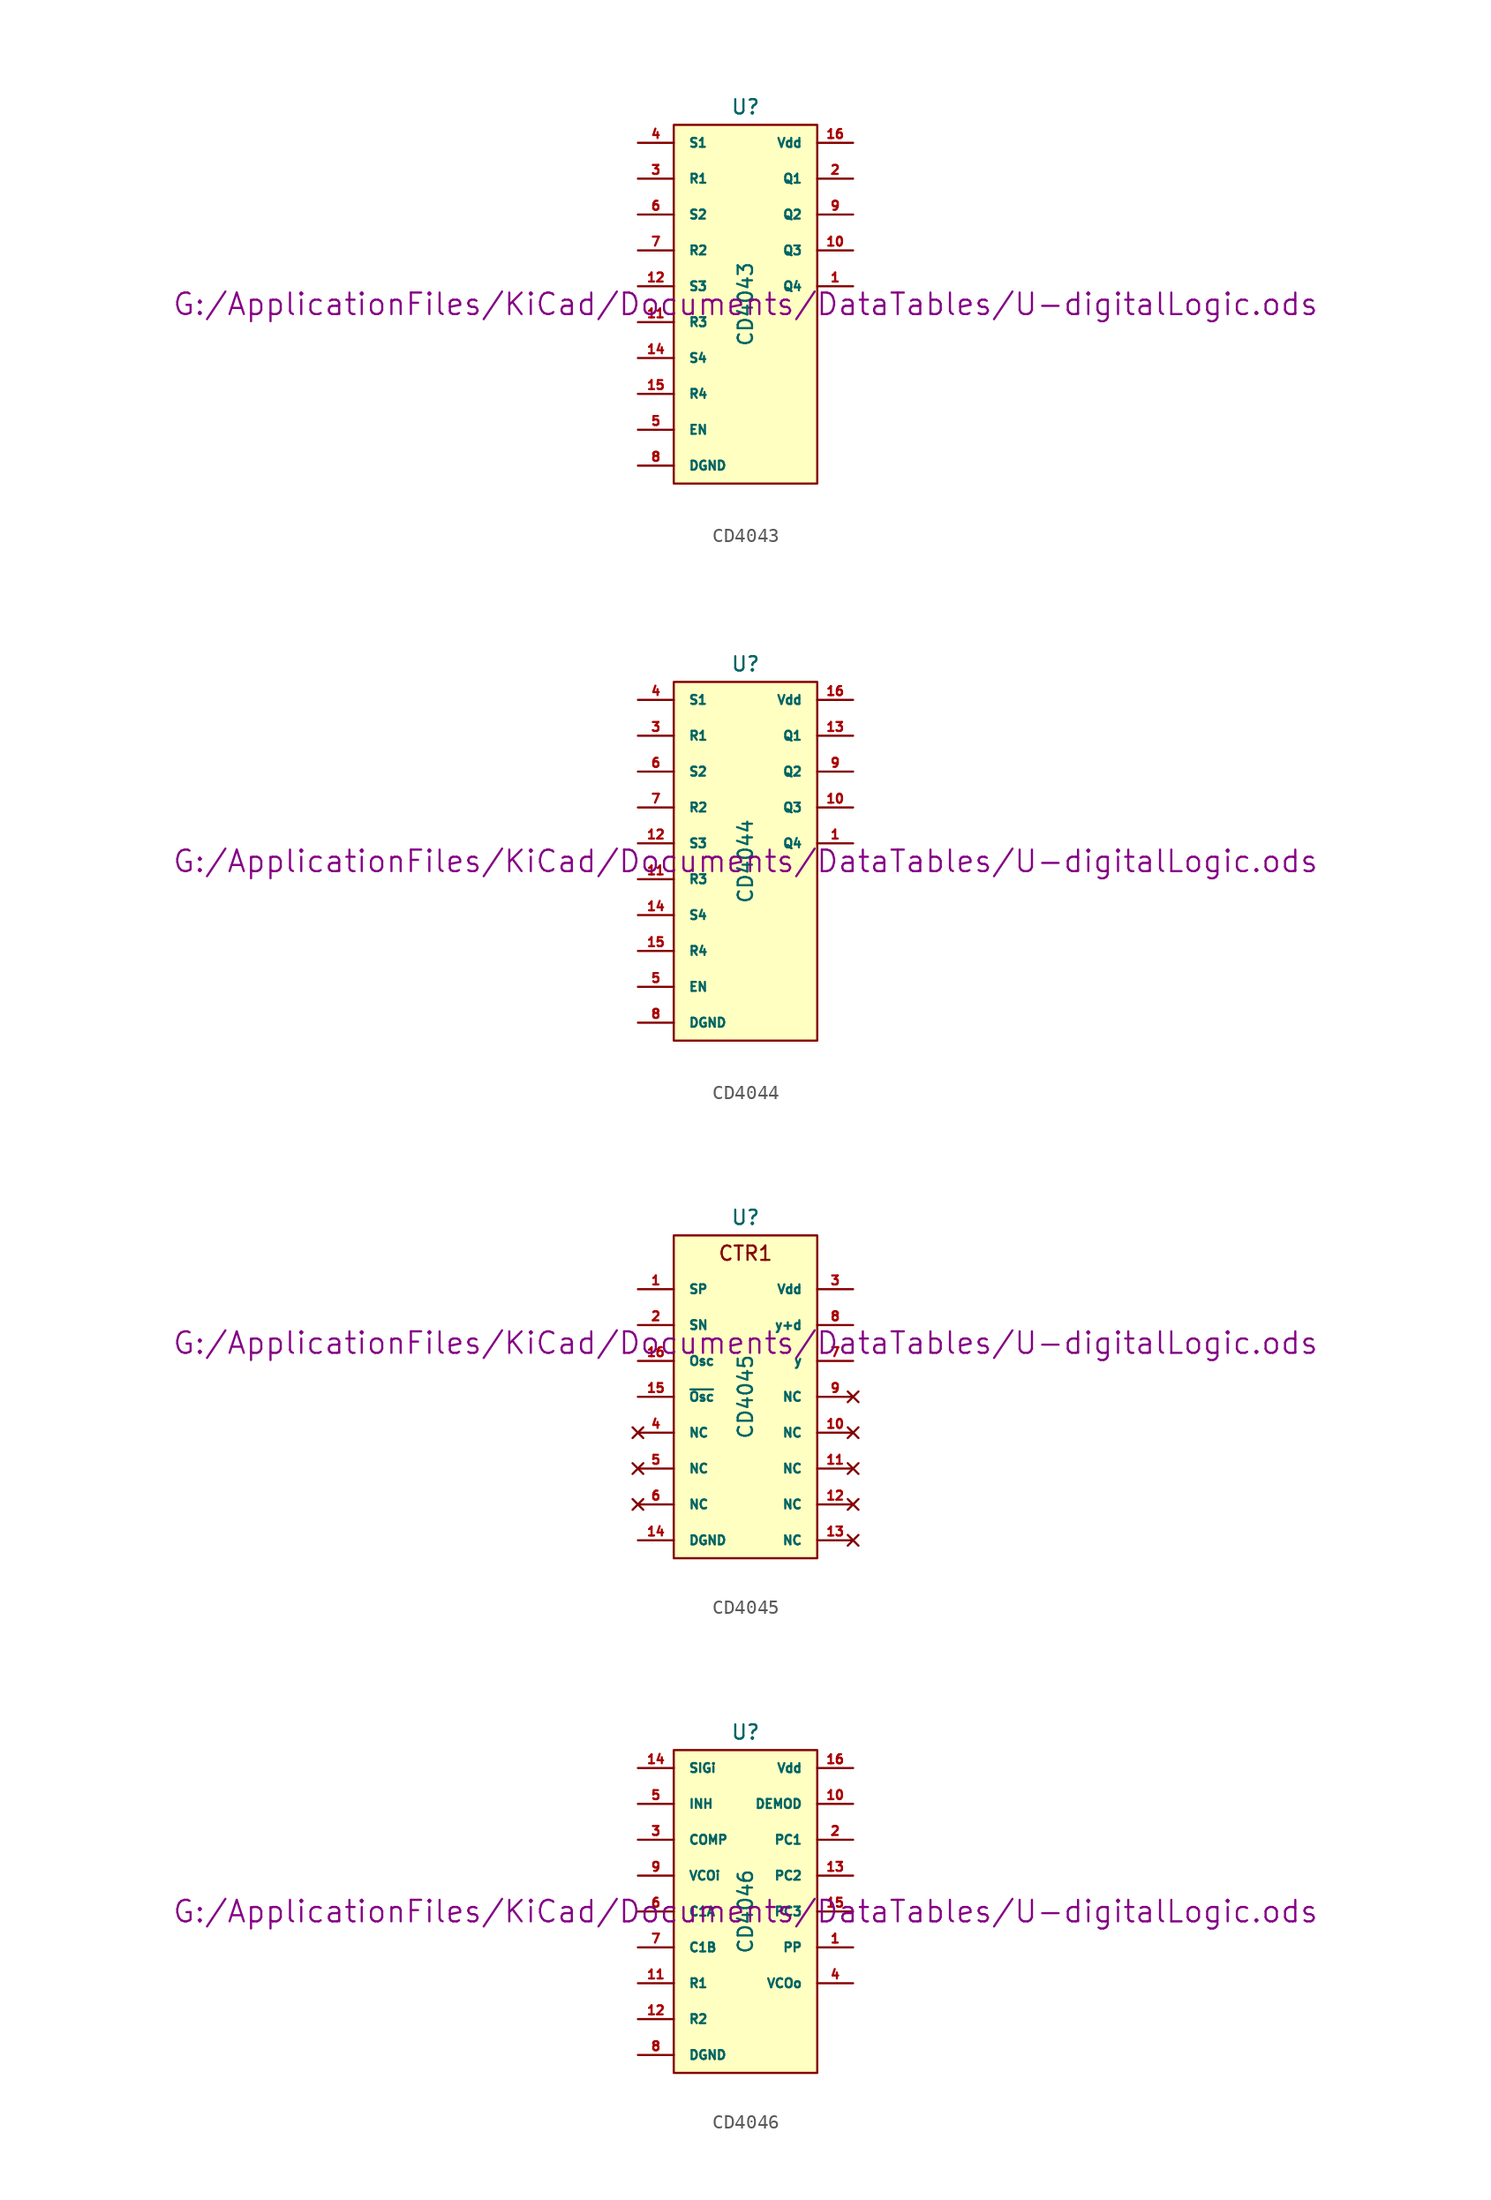
<source format=kicad_sym>
(kicad_symbol_lib
  (version 20211014)
  (generator kicad_symbol_editor)
  (symbol "CD4043"
    (pin_names
      (offset 1.016))
    (property "Reference" "U"
      (at 0 13.97 0)
      (effects (font (size 1.016 1.016))))
    (property "Value" "CD4043"
      (at 0 0 90)
      (effects (font (size 1.016 1.016))))
    (property "Footprint" ""
      (at 0 0 0)
      (effects (font (size 1.524 1.524))))
    (property "Datasheet" "G:/ApplicationFiles/KiCad/Documents/DataTables/U-digitalLogic.ods"
      (at 0 0 0)
      (effects (font (size 1.524 1.524))))
    (symbol "CD4043_0_1"
      (rectangle (start -5.08 12.7) (end 5.08 -12.7) (stroke (width 0) (type default) (color 0 0 0 0)) (fill (type background))))
    (symbol "CD4043_1_1"
      (pin tri_state line (at 7.62 1.27 180) (length 2.54) (name "Q4" (effects (font (size 0.635 0.635)))) (number "1" (effects (font (size 0.635 0.635)))))
      (pin tri_state line (at 7.62 3.81 180) (length 2.54) (name "Q3" (effects (font (size 0.635 0.635)))) (number "10" (effects (font (size 0.635 0.635)))))
      (pin input line (at -7.62 -1.27 0) (length 2.54) (name "R3" (effects (font (size 0.635 0.635)))) (number "11" (effects (font (size 0.635 0.635)))))
      (pin input line (at -7.62 1.27 0) (length 2.54) (name "S3" (effects (font (size 0.635 0.635)))) (number "12" (effects (font (size 0.635 0.635)))))
      (pin input line (at -7.62 -3.81 0) (length 2.54) (name "S4" (effects (font (size 0.635 0.635)))) (number "14" (effects (font (size 0.635 0.635)))))
      (pin input line (at -7.62 -6.35 0) (length 2.54) (name "R4" (effects (font (size 0.635 0.635)))) (number "15" (effects (font (size 0.635 0.635)))))
      (pin power_in line (at 7.62 11.43 180) (length 2.54) (name "Vdd" (effects (font (size 0.635 0.635)))) (number "16" (effects (font (size 0.635 0.635)))))
      (pin tri_state line (at 7.62 8.89 180) (length 2.54) (name "Q1" (effects (font (size 0.635 0.635)))) (number "2" (effects (font (size 0.635 0.635)))))
      (pin input line (at -7.62 8.89 0) (length 2.54) (name "R1" (effects (font (size 0.635 0.635)))) (number "3" (effects (font (size 0.635 0.635)))))
      (pin input line (at -7.62 11.43 0) (length 2.54) (name "S1" (effects (font (size 0.635 0.635)))) (number "4" (effects (font (size 0.635 0.635)))))
      (pin input line (at -7.62 -8.89 0) (length 2.54) (name "EN" (effects (font (size 0.635 0.635)))) (number "5" (effects (font (size 0.635 0.635)))))
      (pin input line (at -7.62 6.35 0) (length 2.54) (name "S2" (effects (font (size 0.635 0.635)))) (number "6" (effects (font (size 0.635 0.635)))))
      (pin input line (at -7.62 3.81 0) (length 2.54) (name "R2" (effects (font (size 0.635 0.635)))) (number "7" (effects (font (size 0.635 0.635)))))
      (pin power_in line (at -7.62 -11.43 0) (length 2.54) (name "DGND" (effects (font (size 0.635 0.635)))) (number "8" (effects (font (size 0.635 0.635)))))
      (pin tri_state line (at 7.62 6.35 180) (length 2.54) (name "Q2" (effects (font (size 0.635 0.635)))) (number "9" (effects (font (size 0.635 0.635)))))))
  (symbol "CD4044"
    (pin_names
      (offset 1.016))
    (property "Reference" "U"
      (at 0 13.97 0)
      (effects (font (size 1.016 1.016))))
    (property "Value" "CD4044"
      (at 0 0 90)
      (effects (font (size 1.016 1.016))))
    (property "Footprint" ""
      (at 0 0 0)
      (effects (font (size 1.524 1.524))))
    (property "Datasheet" "G:/ApplicationFiles/KiCad/Documents/DataTables/U-digitalLogic.ods"
      (at 0 0 0)
      (effects (font (size 1.524 1.524))))
    (symbol "CD4044_0_1"
      (rectangle (start -5.08 12.7) (end 5.08 -12.7) (stroke (width 0) (type default) (color 0 0 0 0)) (fill (type background))))
    (symbol "CD4044_1_1"
      (pin tri_state line (at 7.62 1.27 180) (length 2.54) (name "Q4" (effects (font (size 0.635 0.635)))) (number "1" (effects (font (size 0.635 0.635)))))
      (pin tri_state line (at 7.62 3.81 180) (length 2.54) (name "Q3" (effects (font (size 0.635 0.635)))) (number "10" (effects (font (size 0.635 0.635)))))
      (pin input line (at -7.62 -1.27 0) (length 2.54) (name "R3" (effects (font (size 0.635 0.635)))) (number "11" (effects (font (size 0.635 0.635)))))
      (pin input line (at -7.62 1.27 0) (length 2.54) (name "S3" (effects (font (size 0.635 0.635)))) (number "12" (effects (font (size 0.635 0.635)))))
      (pin tri_state line (at 7.62 8.89 180) (length 2.54) (name "Q1" (effects (font (size 0.635 0.635)))) (number "13" (effects (font (size 0.635 0.635)))))
      (pin input line (at -7.62 -3.81 0) (length 2.54) (name "S4" (effects (font (size 0.635 0.635)))) (number "14" (effects (font (size 0.635 0.635)))))
      (pin input line (at -7.62 -6.35 0) (length 2.54) (name "R4" (effects (font (size 0.635 0.635)))) (number "15" (effects (font (size 0.635 0.635)))))
      (pin power_in line (at 7.62 11.43 180) (length 2.54) (name "Vdd" (effects (font (size 0.635 0.635)))) (number "16" (effects (font (size 0.635 0.635)))))
      (pin input line (at -7.62 8.89 0) (length 2.54) (name "R1" (effects (font (size 0.635 0.635)))) (number "3" (effects (font (size 0.635 0.635)))))
      (pin input line (at -7.62 11.43 0) (length 2.54) (name "S1" (effects (font (size 0.635 0.635)))) (number "4" (effects (font (size 0.635 0.635)))))
      (pin input line (at -7.62 -8.89 0) (length 2.54) (name "EN" (effects (font (size 0.635 0.635)))) (number "5" (effects (font (size 0.635 0.635)))))
      (pin input line (at -7.62 6.35 0) (length 2.54) (name "S2" (effects (font (size 0.635 0.635)))) (number "6" (effects (font (size 0.635 0.635)))))
      (pin input line (at -7.62 3.81 0) (length 2.54) (name "R2" (effects (font (size 0.635 0.635)))) (number "7" (effects (font (size 0.635 0.635)))))
      (pin power_in line (at -7.62 -11.43 0) (length 2.54) (name "DGND" (effects (font (size 0.635 0.635)))) (number "8" (effects (font (size 0.635 0.635)))))
      (pin tri_state line (at 7.62 6.35 180) (length 2.54) (name "Q2" (effects (font (size 0.635 0.635)))) (number "9" (effects (font (size 0.635 0.635)))))))
  (symbol "CD4045"
    (pin_names
      (offset 1.016))
    (property "Reference" "U"
      (at 0 12.7 0)
      (effects (font (size 1.016 1.016))))
    (property "Value" "CD4045"
      (at 0 0 90)
      (effects (font (size 1.016 1.016))))
    (property "Footprint" ""
      (at 0 3.81 0)
      (effects (font (size 1.524 1.524))))
    (property "Datasheet" "G:/ApplicationFiles/KiCad/Documents/DataTables/U-digitalLogic.ods"
      (at 0 3.81 0)
      (effects (font (size 1.524 1.524))))
    (symbol "CD4045_0_0"
      (text "CTR1" (at 0 10.16 0) (effects (font (size 1.016 1.016)))))
    (symbol "CD4045_0_1"
      (rectangle (start -5.08 11.43) (end 5.08 -11.43) (stroke (width 0) (type default) (color 0 0 0 0)) (fill (type background))))
    (symbol "CD4045_1_1"
      (pin input line (at -7.62 7.62 0) (length 2.54) (name "SP" (effects (font (size 0.635 0.635)))) (number "1" (effects (font (size 0.635 0.635)))))
      (pin no_connect line (at 7.62 -2.54 180) (length 2.54) (name "NC" (effects (font (size 0.635 0.635)))) (number "10" (effects (font (size 0.635 0.635)))))
      (pin no_connect line (at 7.62 -5.08 180) (length 2.54) (name "NC" (effects (font (size 0.635 0.635)))) (number "11" (effects (font (size 0.635 0.635)))))
      (pin no_connect line (at 7.62 -7.62 180) (length 2.54) (name "NC" (effects (font (size 0.635 0.635)))) (number "12" (effects (font (size 0.635 0.635)))))
      (pin no_connect line (at 7.62 -10.16 180) (length 2.54) (name "NC" (effects (font (size 0.635 0.635)))) (number "13" (effects (font (size 0.635 0.635)))))
      (pin power_in line (at -7.62 -10.16 0) (length 2.54) (name "DGND" (effects (font (size 0.635 0.635)))) (number "14" (effects (font (size 0.635 0.635)))))
      (pin input line (at -7.62 0 0) (length 2.54) (name "~{Osc}" (effects (font (size 0.635 0.635)))) (number "15" (effects (font (size 0.635 0.635)))))
      (pin input line (at -7.62 2.54 0) (length 2.54) (name "Osc" (effects (font (size 0.635 0.635)))) (number "16" (effects (font (size 0.635 0.635)))))
      (pin input line (at -7.62 5.08 0) (length 2.54) (name "SN" (effects (font (size 0.635 0.635)))) (number "2" (effects (font (size 0.635 0.635)))))
      (pin power_in line (at 7.62 7.62 180) (length 2.54) (name "Vdd" (effects (font (size 0.635 0.635)))) (number "3" (effects (font (size 0.635 0.635)))))
      (pin no_connect line (at -7.62 -2.54 0) (length 2.54) (name "NC" (effects (font (size 0.635 0.635)))) (number "4" (effects (font (size 0.635 0.635)))))
      (pin no_connect line (at -7.62 -5.08 0) (length 2.54) (name "NC" (effects (font (size 0.635 0.635)))) (number "5" (effects (font (size 0.635 0.635)))))
      (pin no_connect line (at -7.62 -7.62 0) (length 2.54) (name "NC" (effects (font (size 0.635 0.635)))) (number "6" (effects (font (size 0.635 0.635)))))
      (pin output line (at 7.62 2.54 180) (length 2.54) (name "y" (effects (font (size 0.635 0.635)))) (number "7" (effects (font (size 0.635 0.635)))))
      (pin output line (at 7.62 5.08 180) (length 2.54) (name "y+d" (effects (font (size 0.635 0.635)))) (number "8" (effects (font (size 0.635 0.635)))))
      (pin no_connect line (at 7.62 0 180) (length 2.54) (name "NC" (effects (font (size 0.635 0.635)))) (number "9" (effects (font (size 0.635 0.635)))))))
  (symbol "CD4046"
    (pin_names
      (offset 1.016))
    (property "Reference" "U"
      (at 0 12.7 0)
      (effects (font (size 1.016 1.016))))
    (property "Value" "CD4046"
      (at 0 0 90)
      (effects (font (size 1.016 1.016))))
    (property "Footprint" ""
      (at 0 0 0)
      (effects (font (size 1.524 1.524))))
    (property "Datasheet" "G:/ApplicationFiles/KiCad/Documents/DataTables/U-digitalLogic.ods"
      (at 0 0 0)
      (effects (font (size 1.524 1.524))))
    (symbol "CD4046_0_1"
      (rectangle (start -5.08 11.43) (end 5.08 -11.43) (stroke (width 0) (type default) (color 0 0 0 0)) (fill (type background))))
    (symbol "CD4046_1_1"
      (pin output line (at 7.62 -2.54 180) (length 2.54) (name "PP" (effects (font (size 0.635 0.635)))) (number "1" (effects (font (size 0.635 0.635)))))
      (pin output line (at 7.62 7.62 180) (length 2.54) (name "DEMOD" (effects (font (size 0.635 0.635)))) (number "10" (effects (font (size 0.635 0.635)))))
      (pin input line (at -7.62 -5.08 0) (length 2.54) (name "R1" (effects (font (size 0.635 0.635)))) (number "11" (effects (font (size 0.635 0.635)))))
      (pin input line (at -7.62 -7.62 0) (length 2.54) (name "R2" (effects (font (size 0.635 0.635)))) (number "12" (effects (font (size 0.635 0.635)))))
      (pin output line (at 7.62 2.54 180) (length 2.54) (name "PC2" (effects (font (size 0.635 0.635)))) (number "13" (effects (font (size 0.635 0.635)))))
      (pin input line (at -7.62 10.16 0) (length 2.54) (name "SIGi" (effects (font (size 0.635 0.635)))) (number "14" (effects (font (size 0.635 0.635)))))
      (pin output line (at 7.62 0 180) (length 2.54) (name "PC3" (effects (font (size 0.635 0.635)))) (number "15" (effects (font (size 0.635 0.635)))))
      (pin power_in line (at 7.62 10.16 180) (length 2.54) (name "Vdd" (effects (font (size 0.635 0.635)))) (number "16" (effects (font (size 0.635 0.635)))))
      (pin output line (at 7.62 5.08 180) (length 2.54) (name "PC1" (effects (font (size 0.635 0.635)))) (number "2" (effects (font (size 0.635 0.635)))))
      (pin input line (at -7.62 5.08 0) (length 2.54) (name "COMP" (effects (font (size 0.635 0.635)))) (number "3" (effects (font (size 0.635 0.635)))))
      (pin output line (at 7.62 -5.08 180) (length 2.54) (name "VCOo" (effects (font (size 0.635 0.635)))) (number "4" (effects (font (size 0.635 0.635)))))
      (pin input line (at -7.62 7.62 0) (length 2.54) (name "INH" (effects (font (size 0.635 0.635)))) (number "5" (effects (font (size 0.635 0.635)))))
      (pin input line (at -7.62 0 0) (length 2.54) (name "C1A" (effects (font (size 0.635 0.635)))) (number "6" (effects (font (size 0.635 0.635)))))
      (pin input line (at -7.62 -2.54 0) (length 2.54) (name "C1B" (effects (font (size 0.635 0.635)))) (number "7" (effects (font (size 0.635 0.635)))))
      (pin power_in line (at -7.62 -10.16 0) (length 2.54) (name "DGND" (effects (font (size 0.635 0.635)))) (number "8" (effects (font (size 0.635 0.635)))))
      (pin input line (at -7.62 2.54 0) (length 2.54) (name "VCOi" (effects (font (size 0.635 0.635)))) (number "9" (effects (font (size 0.635 0.635))))))))
</source>
